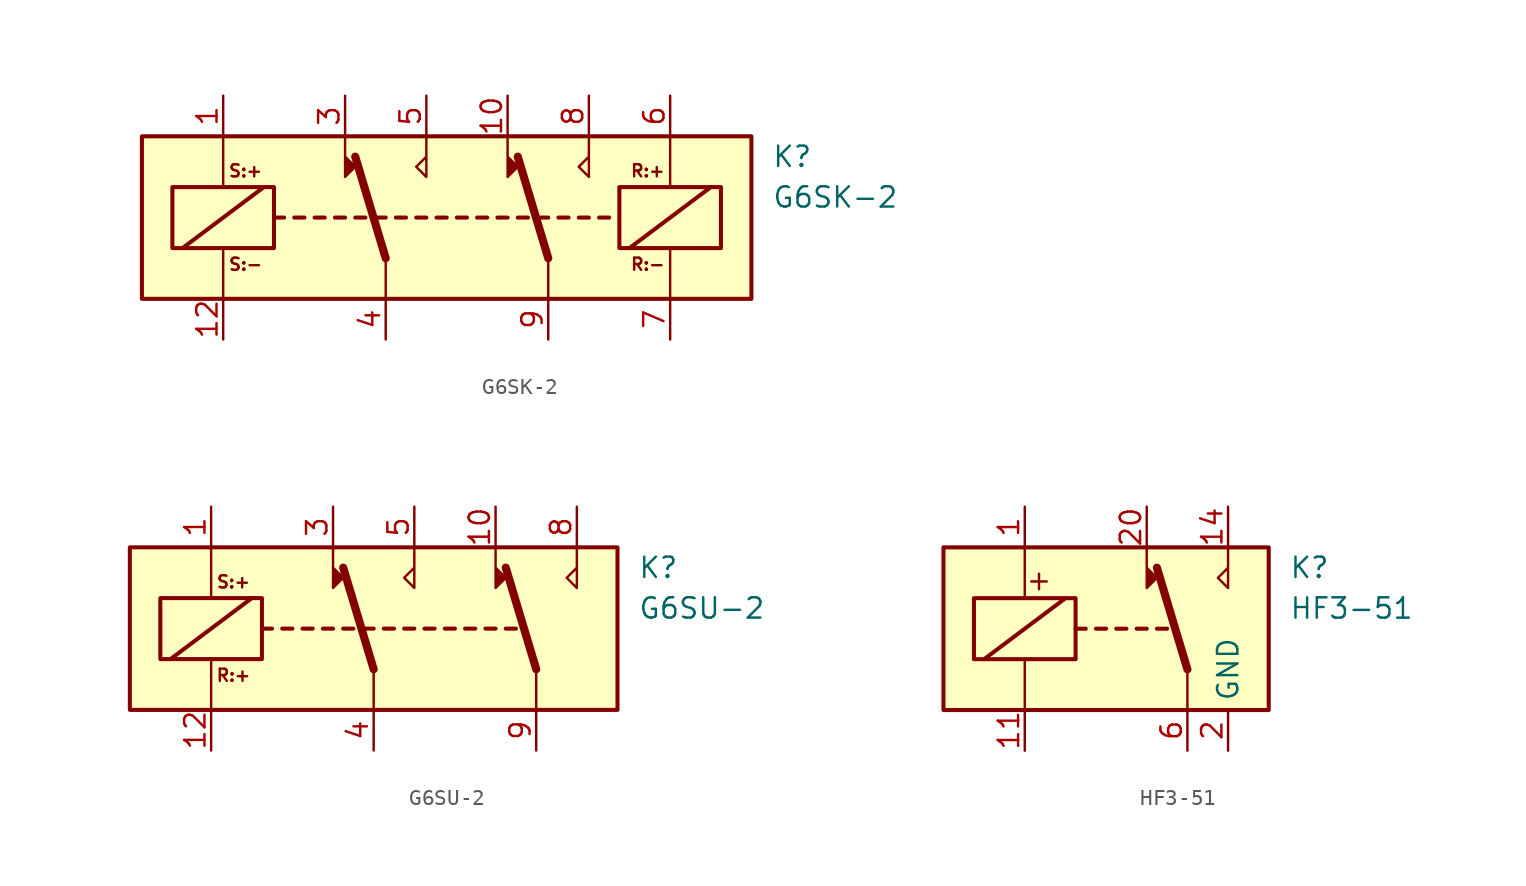
<source format=kicad_sym>
(kicad_symbol_lib
  (version 20201005)
  (generator kicad_symbol_editor)
  (symbol "Relay:G6SK-2"
    (property "Reference" "K"
      (at 21.59 3.81 0)
      (effects (font (size 1.27 1.27)) (justify left)))
    (property "Value" "G6SK-2"
      (at 21.59 1.27 0)
      (effects (font (size 1.27 1.27)) (justify left)))
    (symbol "G6SK-2_0_0"
      (text "R:+" (at 13.843 2.921 0) (effects (font (size 0.762 0.762))))
      (text "R:-" (at 13.843 -2.921 0) (effects (font (size 0.762 0.762))))
      (text "S:+" (at -11.303 2.921 0) (effects (font (size 0.762 0.762))))
      (text "S:-" (at -11.303 -2.921 0) (effects (font (size 0.762 0.762)))))
    (symbol "G6SK-2_0_1"
      (rectangle (start -17.78 5.08) (end 20.32 -5.08) (stroke (width 0.254)) (fill (type background)))
      (rectangle (start -15.875 1.905) (end -9.525 -1.905) (stroke (width 0.254)) (fill (type none)))
      (rectangle (start 12.065 1.905) (end 18.415 -1.905) (stroke (width 0.254)) (fill (type none)))
      (polyline (pts (xy -15.24 -1.905) (xy -10.16 1.905)) (stroke (width 0.254)) (fill (type none)))
      (polyline (pts (xy -12.7 -5.08) (xy -12.7 -1.905)) (stroke (width 0)) (fill (type none)))
      (polyline (pts (xy -12.7 5.08) (xy -12.7 1.905)) (stroke (width 0)) (fill (type none)))
      (polyline (pts (xy -9.525 0) (xy -8.89 0)) (stroke (width 0.254)) (fill (type none)))
      (polyline (pts (xy -8.255 0) (xy -7.62 0)) (stroke (width 0.254)) (fill (type none)))
      (polyline (pts (xy -6.985 0) (xy -6.35 0)) (stroke (width 0.254)) (fill (type none)))
      (polyline (pts (xy -5.715 0) (xy -5.08 0)) (stroke (width 0.254)) (fill (type none)))
      (polyline (pts (xy -4.445 0) (xy -3.81 0)) (stroke (width 0.254)) (fill (type none)))
      (polyline (pts (xy -3.175 0) (xy -2.54 0)) (stroke (width 0.254)) (fill (type none)))
      (polyline (pts (xy -2.54 -2.54) (xy -4.445 3.81)) (stroke (width 0.508)) (fill (type none)))
      (polyline (pts (xy -2.54 -2.54) (xy -2.54 -5.08)) (stroke (width 0)) (fill (type none)))
      (polyline (pts (xy -1.905 0) (xy -1.27 0)) (stroke (width 0.254)) (fill (type none)))
      (polyline (pts (xy -0.635 0) (xy 0 0)) (stroke (width 0.254)) (fill (type none)))
      (polyline (pts (xy 0.635 0) (xy 1.27 0)) (stroke (width 0.254)) (fill (type none)))
      (polyline (pts (xy 1.905 0) (xy 2.54 0)) (stroke (width 0.254)) (fill (type none)))
      (polyline (pts (xy 3.175 0) (xy 3.81 0)) (stroke (width 0.254)) (fill (type none)))
      (polyline (pts (xy 4.445 0) (xy 5.08 0)) (stroke (width 0.254)) (fill (type none)))
      (polyline (pts (xy 5.715 0) (xy 6.35 0)) (stroke (width 0.254)) (fill (type none)))
      (polyline (pts (xy 6.985 0) (xy 7.62 0)) (stroke (width 0.254)) (fill (type none)))
      (polyline (pts (xy 7.62 -2.54) (xy 5.715 3.81)) (stroke (width 0.508)) (fill (type none)))
      (polyline (pts (xy 7.62 -2.54) (xy 7.62 -5.08)) (stroke (width 0)) (fill (type none)))
      (polyline (pts (xy 8.255 0) (xy 8.89 0)) (stroke (width 0.254)) (fill (type none)))
      (polyline (pts (xy 9.525 0) (xy 10.16 0)) (stroke (width 0.254)) (fill (type none)))
      (polyline (pts (xy 10.795 0) (xy 11.43 0)) (stroke (width 0.254)) (fill (type none)))
      (polyline (pts (xy 12.7 -1.905) (xy 17.78 1.905)) (stroke (width 0.254)) (fill (type none)))
      (polyline (pts (xy 15.24 -5.08) (xy 15.24 -1.905)) (stroke (width 0)) (fill (type none)))
      (polyline (pts (xy 15.24 5.08) (xy 15.24 1.905)) (stroke (width 0)) (fill (type none)))
      (polyline (pts (xy -5.08 5.08) (xy -5.08 2.54) (xy -4.445 3.175) (xy -5.08 3.81)) (stroke (width 0)) (fill (type outline)))
      (polyline (pts (xy 0 5.08) (xy 0 2.54) (xy -0.635 3.175) (xy 0 3.81)) (stroke (width 0)) (fill (type none)))
      (polyline (pts (xy 5.08 5.08) (xy 5.08 2.54) (xy 5.715 3.175) (xy 5.08 3.81)) (stroke (width 0)) (fill (type outline)))
      (polyline (pts (xy 10.16 5.08) (xy 10.16 2.54) (xy 9.525 3.175) (xy 10.16 3.81)) (stroke (width 0)) (fill (type none))))
    (symbol "G6SK-2_1_1"
      (pin passive line (at -12.7 7.62 270) (length 2.54) (name "~" (effects (font (size 1.27 1.27)))) (number "1" (effects (font (size 1.27 1.27)))))
      (pin passive line (at 5.08 7.62 270) (length 2.54) (name "~" (effects (font (size 1.27 1.27)))) (number "10" (effects (font (size 1.27 1.27)))))
      (pin passive line (at -12.7 -7.62 90) (length 2.54) (name "~" (effects (font (size 1.27 1.27)))) (number "12" (effects (font (size 1.27 1.27)))))
      (pin passive line (at -5.08 7.62 270) (length 2.54) (name "~" (effects (font (size 1.27 1.27)))) (number "3" (effects (font (size 1.27 1.27)))))
      (pin passive line (at -2.54 -7.62 90) (length 2.54) (name "~" (effects (font (size 1.27 1.27)))) (number "4" (effects (font (size 1.27 1.27)))))
      (pin passive line (at 0 7.62 270) (length 2.54) (name "~" (effects (font (size 1.27 1.27)))) (number "5" (effects (font (size 1.27 1.27)))))
      (pin passive line (at 15.24 7.62 270) (length 2.54) (name "~" (effects (font (size 1.27 1.27)))) (number "6" (effects (font (size 1.27 1.27)))))
      (pin passive line (at 15.24 -7.62 90) (length 2.54) (name "~" (effects (font (size 1.27 1.27)))) (number "7" (effects (font (size 1.27 1.27)))))
      (pin passive line (at 10.16 7.62 270) (length 2.54) (name "~" (effects (font (size 1.27 1.27)))) (number "8" (effects (font (size 1.27 1.27)))))
      (pin passive line (at 7.62 -7.62 90) (length 2.54) (name "~" (effects (font (size 1.27 1.27)))) (number "9" (effects (font (size 1.27 1.27)))))))
  (symbol "Relay:G6SU-2"
    (property "Reference" "K"
      (at 16.51 3.81 0)
      (effects (font (size 1.27 1.27)) (justify left)))
    (property "Value" "G6SU-2"
      (at 16.51 1.27 0)
      (effects (font (size 1.27 1.27)) (justify left)))
    (symbol "G6SU-2_0_0"
      (text "R:+" (at -8.763 -2.921 0) (effects (font (size 0.762 0.762))))
      (text "S:+" (at -8.763 2.921 0) (effects (font (size 0.762 0.762)))))
    (symbol "G6SU-2_0_1"
      (rectangle (start -15.24 5.08) (end 15.24 -5.08) (stroke (width 0.254)) (fill (type background)))
      (rectangle (start -13.335 1.905) (end -6.985 -1.905) (stroke (width 0.254)) (fill (type none)))
      (polyline (pts (xy -12.7 -1.905) (xy -7.62 1.905)) (stroke (width 0.254)) (fill (type none)))
      (polyline (pts (xy -10.16 -5.08) (xy -10.16 -1.905)) (stroke (width 0)) (fill (type none)))
      (polyline (pts (xy -10.16 5.08) (xy -10.16 1.905)) (stroke (width 0)) (fill (type none)))
      (polyline (pts (xy -6.985 0) (xy -6.35 0)) (stroke (width 0.254)) (fill (type none)))
      (polyline (pts (xy -5.715 0) (xy -5.08 0)) (stroke (width 0.254)) (fill (type none)))
      (polyline (pts (xy -4.445 0) (xy -3.81 0)) (stroke (width 0.254)) (fill (type none)))
      (polyline (pts (xy -3.175 0) (xy -2.54 0)) (stroke (width 0.254)) (fill (type none)))
      (polyline (pts (xy -1.905 0) (xy -1.27 0)) (stroke (width 0.254)) (fill (type none)))
      (polyline (pts (xy -0.635 0) (xy 0 0)) (stroke (width 0.254)) (fill (type none)))
      (polyline (pts (xy 0 -2.54) (xy -1.905 3.81)) (stroke (width 0.508)) (fill (type none)))
      (polyline (pts (xy 0 -2.54) (xy 0 -5.08)) (stroke (width 0)) (fill (type none)))
      (polyline (pts (xy 0.635 0) (xy 1.27 0)) (stroke (width 0.254)) (fill (type none)))
      (polyline (pts (xy 1.905 0) (xy 2.54 0)) (stroke (width 0.254)) (fill (type none)))
      (polyline (pts (xy 3.175 0) (xy 3.81 0)) (stroke (width 0.254)) (fill (type none)))
      (polyline (pts (xy 4.445 0) (xy 5.08 0)) (stroke (width 0.254)) (fill (type none)))
      (polyline (pts (xy 5.715 0) (xy 6.35 0)) (stroke (width 0.254)) (fill (type none)))
      (polyline (pts (xy 6.985 0) (xy 7.62 0)) (stroke (width 0.254)) (fill (type none)))
      (polyline (pts (xy 8.255 0) (xy 8.89 0)) (stroke (width 0.254)) (fill (type none)))
      (polyline (pts (xy 10.16 -2.54) (xy 8.255 3.81)) (stroke (width 0.508)) (fill (type none)))
      (polyline (pts (xy 10.16 -2.54) (xy 10.16 -5.08)) (stroke (width 0)) (fill (type none)))
      (polyline (pts (xy -2.54 5.08) (xy -2.54 2.54) (xy -1.905 3.175) (xy -2.54 3.81)) (stroke (width 0)) (fill (type outline)))
      (polyline (pts (xy 2.54 5.08) (xy 2.54 2.54) (xy 1.905 3.175) (xy 2.54 3.81)) (stroke (width 0)) (fill (type none)))
      (polyline (pts (xy 7.62 5.08) (xy 7.62 2.54) (xy 8.255 3.175) (xy 7.62 3.81)) (stroke (width 0)) (fill (type outline)))
      (polyline (pts (xy 12.7 5.08) (xy 12.7 2.54) (xy 12.065 3.175) (xy 12.7 3.81)) (stroke (width 0)) (fill (type none))))
    (symbol "G6SU-2_1_1"
      (pin passive line (at -10.16 7.62 270) (length 2.54) (name "~" (effects (font (size 1.27 1.27)))) (number "1" (effects (font (size 1.27 1.27)))))
      (pin passive line (at 7.62 7.62 270) (length 2.54) (name "~" (effects (font (size 1.27 1.27)))) (number "10" (effects (font (size 1.27 1.27)))))
      (pin passive line (at -10.16 -7.62 90) (length 2.54) (name "~" (effects (font (size 1.27 1.27)))) (number "12" (effects (font (size 1.27 1.27)))))
      (pin passive line (at -2.54 7.62 270) (length 2.54) (name "~" (effects (font (size 1.27 1.27)))) (number "3" (effects (font (size 1.27 1.27)))))
      (pin passive line (at 0 -7.62 90) (length 2.54) (name "~" (effects (font (size 1.27 1.27)))) (number "4" (effects (font (size 1.27 1.27)))))
      (pin passive line (at 2.54 7.62 270) (length 2.54) (name "~" (effects (font (size 1.27 1.27)))) (number "5" (effects (font (size 1.27 1.27)))))
      (pin passive line (at 12.7 7.62 270) (length 2.54) (name "~" (effects (font (size 1.27 1.27)))) (number "8" (effects (font (size 1.27 1.27)))))
      (pin passive line (at 10.16 -7.62 90) (length 2.54) (name "~" (effects (font (size 1.27 1.27)))) (number "9" (effects (font (size 1.27 1.27)))))))
  (symbol "Relay:HF3-51"
    (property "Reference" "K"
      (at 11.43 3.81 0)
      (effects (font (size 1.27 1.27)) (justify left)))
    (property "Value" "HF3-51"
      (at 11.43 1.27 0)
      (effects (font (size 1.27 1.27)) (justify left)))
    (symbol "HF3-51_0_0"
      (text "+" (at -4.191 3.048 0) (effects (font (size 1.27 1.27))))
      (polyline (pts (xy 7.62 5.08) (xy 7.62 2.54) (xy 6.985 3.175) (xy 7.62 3.81)) (stroke (width 0)) (fill (type none))))
    (symbol "HF3-51_0_1"
      (rectangle (start -10.16 5.08) (end 10.16 -5.08) (stroke (width 0.254)) (fill (type background)))
      (rectangle (start -8.255 1.905) (end -1.905 -1.905) (stroke (width 0.254)) (fill (type none)))
      (polyline (pts (xy -7.62 -1.905) (xy -2.54 1.905)) (stroke (width 0.254)) (fill (type none)))
      (polyline (pts (xy -5.08 -5.08) (xy -5.08 -1.905)) (stroke (width 0)) (fill (type none)))
      (polyline (pts (xy -5.08 5.08) (xy -5.08 1.905)) (stroke (width 0)) (fill (type none)))
      (polyline (pts (xy -1.905 0) (xy -1.27 0)) (stroke (width 0.254)) (fill (type none)))
      (polyline (pts (xy -0.635 0) (xy 0 0)) (stroke (width 0.254)) (fill (type none)))
      (polyline (pts (xy 0.635 0) (xy 1.27 0)) (stroke (width 0.254)) (fill (type none)))
      (polyline (pts (xy 1.905 0) (xy 2.54 0)) (stroke (width 0.254)) (fill (type none)))
      (polyline (pts (xy 3.175 0) (xy 3.81 0)) (stroke (width 0.254)) (fill (type none)))
      (polyline (pts (xy 5.08 -2.54) (xy 3.175 3.81)) (stroke (width 0.508)) (fill (type none)))
      (polyline (pts (xy 5.08 -2.54) (xy 5.08 -5.08)) (stroke (width 0)) (fill (type none)))
      (polyline (pts (xy 2.54 5.08) (xy 2.54 2.54) (xy 3.175 3.175) (xy 2.54 3.81)) (stroke (width 0)) (fill (type outline))))
    (symbol "HF3-51_1_1"
      (pin passive line (at -5.08 7.62 270) (length 2.54) (name "~" (effects (font (size 1.27 1.27)))) (number "1" (effects (font (size 1.27 1.27)))))
      (pin passive line (at 7.62 -7.62 90) (length 2.54) hide (name "GND" (effects (font (size 1.27 1.27)))) (number "10" (effects (font (size 1.27 1.27)))))
      (pin passive line (at -5.08 -7.62 90) (length 2.54) (name "~" (effects (font (size 1.27 1.27)))) (number "11" (effects (font (size 1.27 1.27)))))
      (pin passive line (at 7.62 -7.62 90) (length 2.54) hide (name "GND" (effects (font (size 1.27 1.27)))) (number "12" (effects (font (size 1.27 1.27)))))
      (pin passive line (at 7.62 -7.62 90) (length 2.54) hide (name "GND" (effects (font (size 1.27 1.27)))) (number "13" (effects (font (size 1.27 1.27)))))
      (pin passive line (at 7.62 7.62 270) (length 2.54) (name "~" (effects (font (size 1.27 1.27)))) (number "14" (effects (font (size 1.27 1.27)))))
      (pin passive line (at 7.62 -7.62 90) (length 2.54) hide (name "GND" (effects (font (size 1.27 1.27)))) (number "15" (effects (font (size 1.27 1.27)))))
      (pin passive line (at 7.62 -7.62 90) (length 2.54) hide (name "GND" (effects (font (size 1.27 1.27)))) (number "17" (effects (font (size 1.27 1.27)))))
      (pin passive line (at 7.62 -7.62 90) (length 2.54) hide (name "GND" (effects (font (size 1.27 1.27)))) (number "19" (effects (font (size 1.27 1.27)))))
      (pin power_in line (at 7.62 -7.62 90) (length 2.54) (name "GND" (effects (font (size 1.27 1.27)))) (number "2" (effects (font (size 1.27 1.27)))))
      (pin passive line (at 2.54 7.62 270) (length 2.54) (name "~" (effects (font (size 1.27 1.27)))) (number "20" (effects (font (size 1.27 1.27)))))
      (pin passive line (at 7.62 -7.62 90) (length 2.54) hide (name "GND" (effects (font (size 1.27 1.27)))) (number "21" (effects (font (size 1.27 1.27)))))
      (pin passive line (at 7.62 -7.62 90) (length 2.54) hide (name "GND" (effects (font (size 1.27 1.27)))) (number "22" (effects (font (size 1.27 1.27)))))
      (pin passive line (at 7.62 -7.62 90) (length 2.54) hide (name "GND" (effects (font (size 1.27 1.27)))) (number "5" (effects (font (size 1.27 1.27)))))
      (pin passive line (at 5.08 -7.62 90) (length 2.54) (name "~" (effects (font (size 1.27 1.27)))) (number "6" (effects (font (size 1.27 1.27)))))
      (pin passive line (at 7.62 -7.62 90) (length 2.54) hide (name "GND" (effects (font (size 1.27 1.27)))) (number "7" (effects (font (size 1.27 1.27))))))))
</source>
